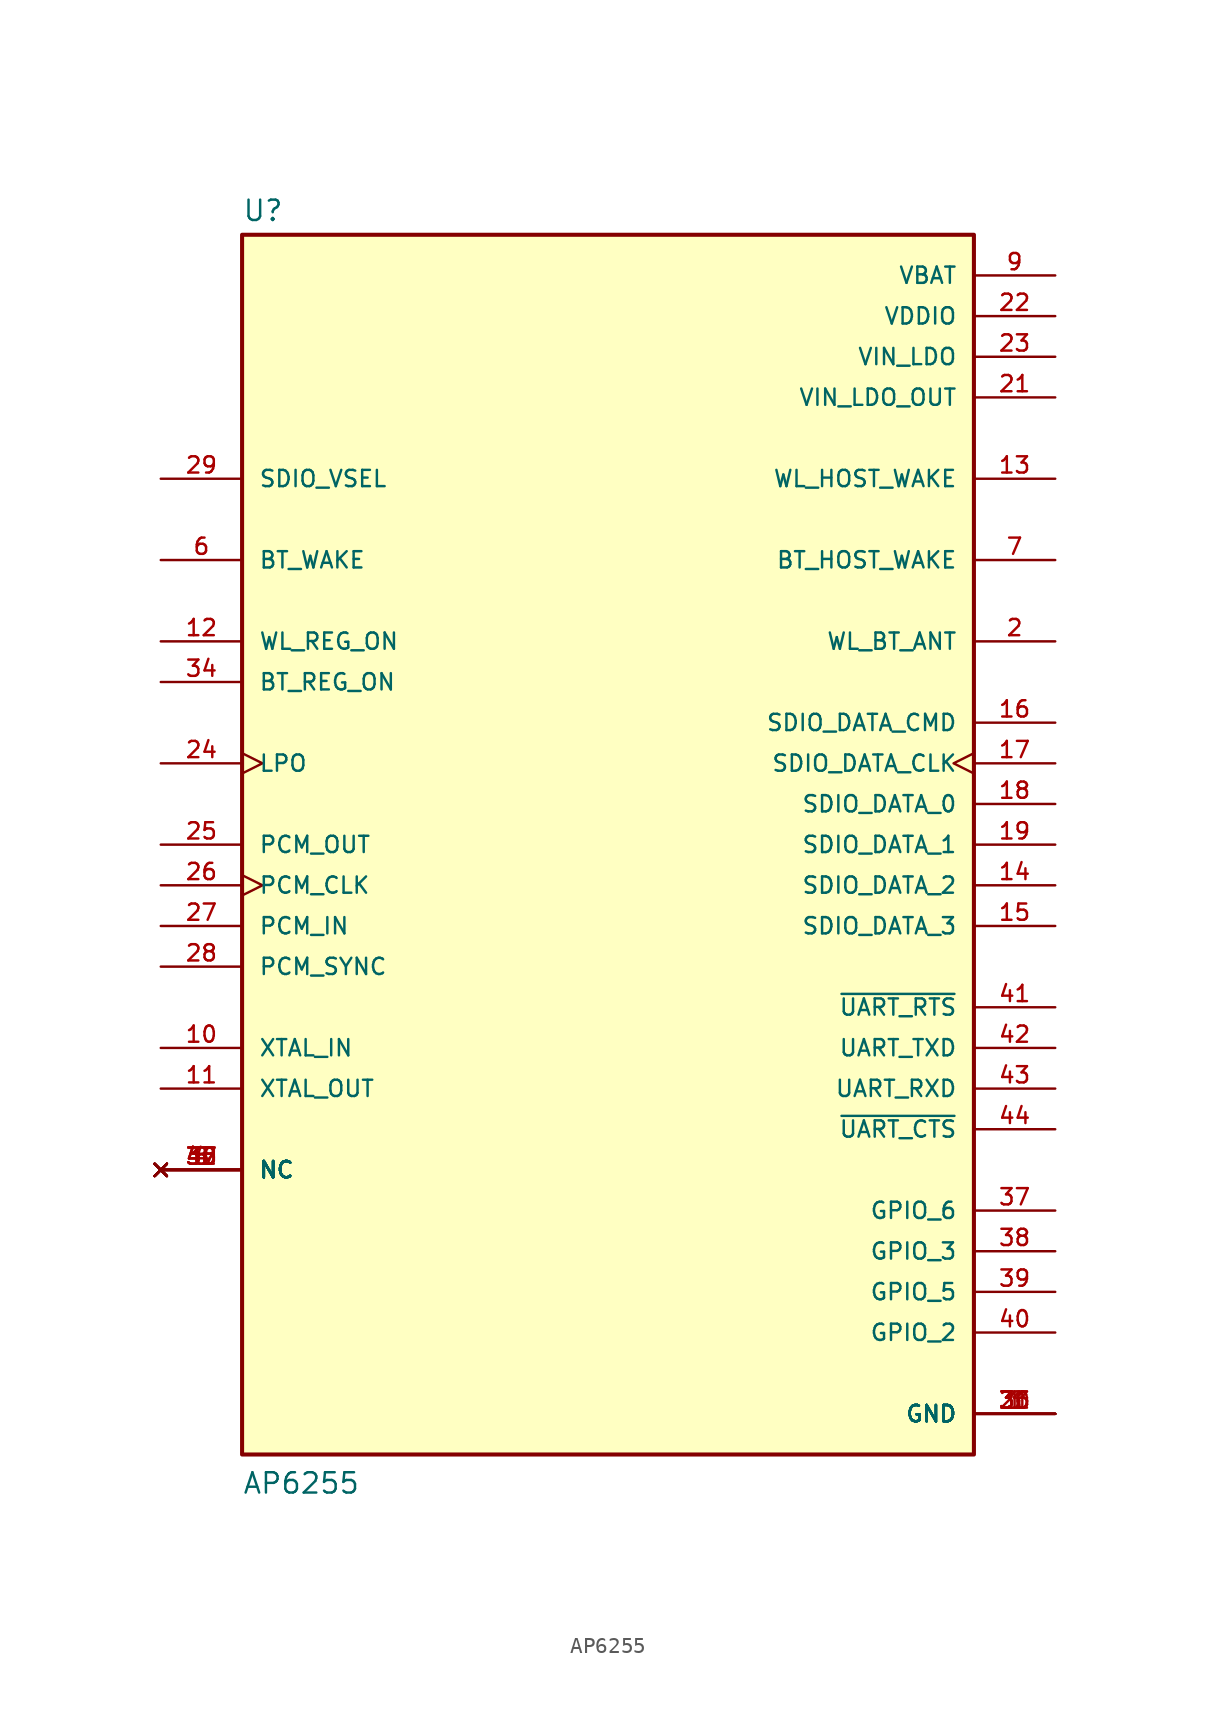
<source format=kicad_sym>
(kicad_symbol_lib
  (version 20211014)
  (generator kicad_symbol_editor)
  (symbol "AP6255"
    (pin_names
      (offset 1.016))
    (property "Reference" "U"
      (at -22.86 38.862 0)
      (effects (font (size 1.27 1.27)) (justify bottom left)))
    (property "Value" "AP6255"
      (at -22.86 -40.64 0)
      (effects (font (size 1.27 1.27)) (justify bottom left)))
    (symbol "AP6255_0_0"
      (rectangle (start -22.86 -38.1) (end 22.86 38.1) (stroke (width 0.254)) (fill (type background)))
      (pin power_in line (at 27.94 -35.56 180.0) (length 5.08) (name "GND" (effects (font (size 1.016 1.016)))) (number "1" (effects (font (size 1.016 1.016)))))
      (pin power_in line (at 27.94 -35.56 180.0) (length 5.08) (name "GND" (effects (font (size 1.016 1.016)))) (number "3" (effects (font (size 1.016 1.016)))))
      (pin power_in line (at 27.94 -35.56 180.0) (length 5.08) (name "GND" (effects (font (size 1.016 1.016)))) (number "20" (effects (font (size 1.016 1.016)))))
      (pin power_in line (at 27.94 -35.56 180.0) (length 5.08) (name "GND" (effects (font (size 1.016 1.016)))) (number "31" (effects (font (size 1.016 1.016)))))
      (pin power_in line (at 27.94 -35.56 180.0) (length 5.08) (name "GND" (effects (font (size 1.016 1.016)))) (number "33" (effects (font (size 1.016 1.016)))))
      (pin power_in line (at 27.94 -35.56 180.0) (length 5.08) (name "GND" (effects (font (size 1.016 1.016)))) (number "36" (effects (font (size 1.016 1.016)))))
      (pin bidirectional line (at 27.94 12.7 180.0) (length 5.08) (name "WL_BT_ANT" (effects (font (size 1.016 1.016)))) (number "2" (effects (font (size 1.016 1.016)))))
      (pin no_connect line (at -27.94 -20.32 0) (length 5.08) (name "NC" (effects (font (size 1.016 1.016)))) (number "4" (effects (font (size 1.016 1.016)))))
      (pin no_connect line (at -27.94 -20.32 0) (length 5.08) (name "NC" (effects (font (size 1.016 1.016)))) (number "5" (effects (font (size 1.016 1.016)))))
      (pin no_connect line (at -27.94 -20.32 0) (length 5.08) (name "NC" (effects (font (size 1.016 1.016)))) (number "8" (effects (font (size 1.016 1.016)))))
      (pin no_connect line (at -27.94 -20.32 0) (length 5.08) (name "NC" (effects (font (size 1.016 1.016)))) (number "30" (effects (font (size 1.016 1.016)))))
      (pin no_connect line (at -27.94 -20.32 0) (length 5.08) (name "NC" (effects (font (size 1.016 1.016)))) (number "32" (effects (font (size 1.016 1.016)))))
      (pin no_connect line (at -27.94 -20.32 0) (length 5.08) (name "NC" (effects (font (size 1.016 1.016)))) (number "35" (effects (font (size 1.016 1.016)))))
      (pin no_connect line (at -27.94 -20.32 0) (length 5.08) (name "NC" (effects (font (size 1.016 1.016)))) (number "45" (effects (font (size 1.016 1.016)))))
      (pin no_connect line (at -27.94 -20.32 0) (length 5.08) (name "NC" (effects (font (size 1.016 1.016)))) (number "46" (effects (font (size 1.016 1.016)))))
      (pin no_connect line (at -27.94 -20.32 0) (length 5.08) (name "NC" (effects (font (size 1.016 1.016)))) (number "47" (effects (font (size 1.016 1.016)))))
      (pin input line (at -27.94 17.78 0) (length 5.08) (name "BT_WAKE" (effects (font (size 1.016 1.016)))) (number "6" (effects (font (size 1.016 1.016)))))
      (pin output line (at 27.94 17.78 180.0) (length 5.08) (name "BT_HOST_WAKE" (effects (font (size 1.016 1.016)))) (number "7" (effects (font (size 1.016 1.016)))))
      (pin power_in line (at 27.94 35.56 180.0) (length 5.08) (name "VBAT" (effects (font (size 1.016 1.016)))) (number "9" (effects (font (size 1.016 1.016)))))
      (pin input line (at -27.94 -12.7 0) (length 5.08) (name "XTAL_IN" (effects (font (size 1.016 1.016)))) (number "10" (effects (font (size 1.016 1.016)))))
      (pin output line (at -27.94 -15.24 0) (length 5.08) (name "XTAL_OUT" (effects (font (size 1.016 1.016)))) (number "11" (effects (font (size 1.016 1.016)))))
      (pin input line (at -27.94 12.7 0) (length 5.08) (name "WL_REG_ON" (effects (font (size 1.016 1.016)))) (number "12" (effects (font (size 1.016 1.016)))))
      (pin output line (at 27.94 22.86 180.0) (length 5.08) (name "WL_HOST_WAKE" (effects (font (size 1.016 1.016)))) (number "13" (effects (font (size 1.016 1.016)))))
      (pin bidirectional line (at 27.94 -2.54 180.0) (length 5.08) (name "SDIO_DATA_2" (effects (font (size 1.016 1.016)))) (number "14" (effects (font (size 1.016 1.016)))))
      (pin bidirectional line (at 27.94 -5.08 180.0) (length 5.08) (name "SDIO_DATA_3" (effects (font (size 1.016 1.016)))) (number "15" (effects (font (size 1.016 1.016)))))
      (pin bidirectional line (at 27.94 7.62 180.0) (length 5.08) (name "SDIO_DATA_CMD" (effects (font (size 1.016 1.016)))) (number "16" (effects (font (size 1.016 1.016)))))
      (pin bidirectional clock (at 27.94 5.08 180.0) (length 5.08) (name "SDIO_DATA_CLK" (effects (font (size 1.016 1.016)))) (number "17" (effects (font (size 1.016 1.016)))))
      (pin bidirectional line (at 27.94 2.54 180.0) (length 5.08) (name "SDIO_DATA_0" (effects (font (size 1.016 1.016)))) (number "18" (effects (font (size 1.016 1.016)))))
      (pin bidirectional line (at 27.94 0.0 180.0) (length 5.08) (name "SDIO_DATA_1" (effects (font (size 1.016 1.016)))) (number "19" (effects (font (size 1.016 1.016)))))
      (pin power_in line (at 27.94 27.94 180.0) (length 5.08) (name "VIN_LDO_OUT" (effects (font (size 1.016 1.016)))) (number "21" (effects (font (size 1.016 1.016)))))
      (pin power_in line (at 27.94 33.02 180.0) (length 5.08) (name "VDDIO" (effects (font (size 1.016 1.016)))) (number "22" (effects (font (size 1.016 1.016)))))
      (pin power_in line (at 27.94 30.48 180.0) (length 5.08) (name "VIN_LDO" (effects (font (size 1.016 1.016)))) (number "23" (effects (font (size 1.016 1.016)))))
      (pin input clock (at -27.94 5.08 0) (length 5.08) (name "LPO" (effects (font (size 1.016 1.016)))) (number "24" (effects (font (size 1.016 1.016)))))
      (pin output line (at -27.94 0.0 0) (length 5.08) (name "PCM_OUT" (effects (font (size 1.016 1.016)))) (number "25" (effects (font (size 1.016 1.016)))))
      (pin bidirectional clock (at -27.94 -2.54 0) (length 5.08) (name "PCM_CLK" (effects (font (size 1.016 1.016)))) (number "26" (effects (font (size 1.016 1.016)))))
      (pin input line (at -27.94 -5.08 0) (length 5.08) (name "PCM_IN" (effects (font (size 1.016 1.016)))) (number "27" (effects (font (size 1.016 1.016)))))
      (pin bidirectional line (at -27.94 -7.62 0) (length 5.08) (name "PCM_SYNC" (effects (font (size 1.016 1.016)))) (number "28" (effects (font (size 1.016 1.016)))))
      (pin input line (at -27.94 22.86 0) (length 5.08) (name "SDIO_VSEL" (effects (font (size 1.016 1.016)))) (number "29" (effects (font (size 1.016 1.016)))))
      (pin input line (at -27.94 10.16 0) (length 5.08) (name "BT_REG_ON" (effects (font (size 1.016 1.016)))) (number "34" (effects (font (size 1.016 1.016)))))
      (pin bidirectional line (at 27.94 -22.86 180.0) (length 5.08) (name "GPIO_6" (effects (font (size 1.016 1.016)))) (number "37" (effects (font (size 1.016 1.016)))))
      (pin bidirectional line (at 27.94 -25.4 180.0) (length 5.08) (name "GPIO_3" (effects (font (size 1.016 1.016)))) (number "38" (effects (font (size 1.016 1.016)))))
      (pin bidirectional line (at 27.94 -27.94 180.0) (length 5.08) (name "GPIO_5" (effects (font (size 1.016 1.016)))) (number "39" (effects (font (size 1.016 1.016)))))
      (pin bidirectional line (at 27.94 -30.48 180.0) (length 5.08) (name "GPIO_2" (effects (font (size 1.016 1.016)))) (number "40" (effects (font (size 1.016 1.016)))))
      (pin output line (at 27.94 -10.16 180.0) (length 5.08) (name "~{UART_RTS}" (effects (font (size 1.016 1.016)))) (number "41" (effects (font (size 1.016 1.016)))))
      (pin output line (at 27.94 -12.7 180.0) (length 5.08) (name "UART_TXD" (effects (font (size 1.016 1.016)))) (number "42" (effects (font (size 1.016 1.016)))))
      (pin input line (at 27.94 -15.24 180.0) (length 5.08) (name "UART_RXD" (effects (font (size 1.016 1.016)))) (number "43" (effects (font (size 1.016 1.016)))))
      (pin input line (at 27.94 -17.78 180.0) (length 5.08) (name "~{UART_CTS}" (effects (font (size 1.016 1.016)))) (number "44" (effects (font (size 1.016 1.016))))))))
</source>
